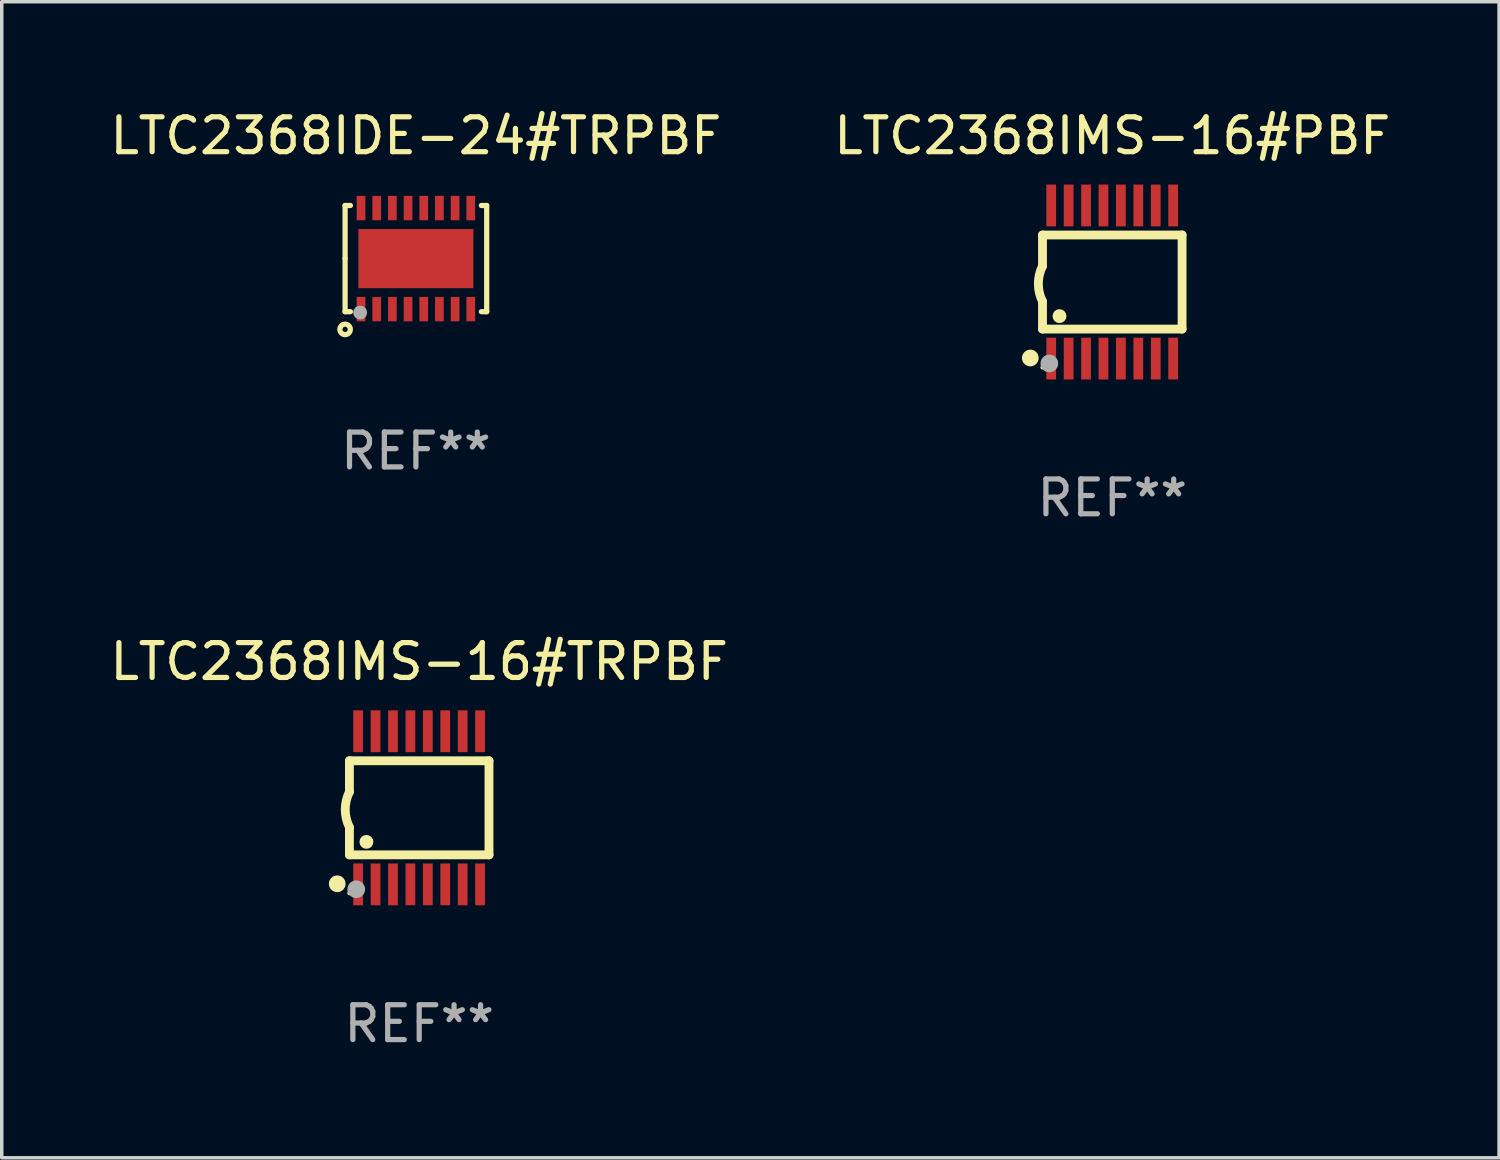
<source format=kicad_pcb>
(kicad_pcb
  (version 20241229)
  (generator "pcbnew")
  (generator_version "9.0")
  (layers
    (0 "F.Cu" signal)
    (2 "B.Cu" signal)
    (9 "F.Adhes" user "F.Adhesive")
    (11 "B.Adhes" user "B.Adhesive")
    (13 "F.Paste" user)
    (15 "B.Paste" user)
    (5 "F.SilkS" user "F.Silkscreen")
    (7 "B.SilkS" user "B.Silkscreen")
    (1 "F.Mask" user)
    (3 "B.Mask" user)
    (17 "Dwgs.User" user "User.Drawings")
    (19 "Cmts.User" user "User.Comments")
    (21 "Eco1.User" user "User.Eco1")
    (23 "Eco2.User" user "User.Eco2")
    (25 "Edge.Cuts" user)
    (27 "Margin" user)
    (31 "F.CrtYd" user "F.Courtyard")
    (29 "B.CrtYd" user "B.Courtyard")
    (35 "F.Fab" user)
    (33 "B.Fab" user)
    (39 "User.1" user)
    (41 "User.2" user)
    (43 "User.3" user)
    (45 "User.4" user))
  (footprint "LTC2368IMS-16#PBF"
    (layer "F.Cu")
    (at 28.875 5.045)
    (property "Reference" "LTC2368IMS-16#PBF" (at 0 -4.197 0) (layer "F.SilkS") (effects (font (size 1 1) (thickness 0.15))))
    (attr through_hole)
    (fp_line (start -2.003 -1.35) (end -2.003 -0.457) (stroke (width 0.254) (type solid)) (layer "F.SilkS"))
    (fp_line (start -2.003 -1.35) (end 2.003 -1.35) (stroke (width 0.254) (type solid)) (layer "F.SilkS"))
    (fp_line (start -2.003 1.35) (end -2.003 0.559) (stroke (width 0.254) (type solid)) (layer "F.SilkS"))
    (fp_line (start -2.003 1.35) (end 2.003 1.35) (stroke (width 0.254) (type solid)) (layer "F.SilkS"))
    (fp_line (start 2.003 -1.35) (end 2.003 1.35) (stroke (width 0.254) (type solid)) (layer "F.SilkS"))
    (fp_arc (start -2.002286 0.558802) (mid -2.122556 0.05092) (end -2.003302 -0.457201) (stroke (width 0.254001) (type solid)) (layer "F.SilkS"))
    (fp_circle (center -2.353 2.18) (end -2.233 2.18) (stroke (width 0.24) (type solid)) (fill no) (layer "F.SilkS"))
    (fp_circle (center -2.003 2.45) (end -1.973 2.45) (stroke (width 0.06) (type solid)) (fill no) (layer "F.SilkS"))
    (fp_circle (center -1.515 0.978) (end -1.415 0.978) (stroke (width 0.2) (type solid)) (fill no) (layer "F.SilkS"))
    (fp_circle (center -1.807 2.337) (end -1.68 2.337) (stroke (width 0.254) (type solid)) (fill no) (layer "F.Fab"))
    (fp_text user "REF**" (at 0 6.197 0) (layer "F.Fab") (effects (font (size 1 1) (thickness 0.15))))
    (pad "1" smd rect (at -1.753 2.197 90) (size 1.2 0.28) (layers "F.Cu" "F.Mask" "F.Paste"))
    (pad "2" smd rect (at -1.253 2.197 90) (size 1.2 0.28) (layers "F.Cu" "F.Mask" "F.Paste"))
    (pad "3" smd rect (at -0.753 2.197 90) (size 1.2 0.28) (layers "F.Cu" "F.Mask" "F.Paste"))
    (pad "4" smd rect (at -0.253 2.197 90) (size 1.2 0.28) (layers "F.Cu" "F.Mask" "F.Paste"))
    (pad "5" smd rect (at 0.247 2.197 90) (size 1.2 0.28) (layers "F.Cu" "F.Mask" "F.Paste"))
    (pad "6" smd rect (at 0.747 2.197 90) (size 1.2 0.28) (layers "F.Cu" "F.Mask" "F.Paste"))
    (pad "7" smd rect (at 1.247 2.197 90) (size 1.2 0.28) (layers "F.Cu" "F.Mask" "F.Paste"))
    (pad "8" smd rect (at 1.747 2.197 90) (size 1.2 0.28) (layers "F.Cu" "F.Mask" "F.Paste"))
    (pad "9" smd rect (at 1.747 -2.197 90) (size 1.2 0.28) (layers "F.Cu" "F.Mask" "F.Paste"))
    (pad "10" smd rect (at 1.247 -2.197 90) (size 1.2 0.28) (layers "F.Cu" "F.Mask" "F.Paste"))
    (pad "11" smd rect (at 0.747 -2.197 90) (size 1.2 0.28) (layers "F.Cu" "F.Mask" "F.Paste"))
    (pad "12" smd rect (at 0.247 -2.197 90) (size 1.2 0.28) (layers "F.Cu" "F.Mask" "F.Paste"))
    (pad "13" smd rect (at -0.253 -2.197 90) (size 1.2 0.28) (layers "F.Cu" "F.Mask" "F.Paste"))
    (pad "14" smd rect (at -0.753 -2.197 90) (size 1.2 0.28) (layers "F.Cu" "F.Mask" "F.Paste"))
    (pad "15" smd rect (at -1.253 -2.197 90) (size 1.2 0.28) (layers "F.Cu" "F.Mask" "F.Paste"))
    (pad "16" smd rect (at -1.753 -2.197 90) (size 1.2 0.28) (layers "F.Cu" "F.Mask" "F.Paste")))
  (footprint "LTC2368IMS-16#TRPBF"
    (layer "F.Cu")
    (at 8.982 20.136)
    (property "Reference" "LTC2368IMS-16#TRPBF" (at 0 -4.197 0) (layer "F.SilkS") (effects (font (size 1 1) (thickness 0.15))))
    (attr through_hole)
    (fp_line (start -2.003 -1.35) (end -2.003 -0.457) (stroke (width 0.254) (type solid)) (layer "F.SilkS"))
    (fp_line (start -2.003 -1.35) (end 2.003 -1.35) (stroke (width 0.254) (type solid)) (layer "F.SilkS"))
    (fp_line (start -2.003 1.35) (end -2.003 0.559) (stroke (width 0.254) (type solid)) (layer "F.SilkS"))
    (fp_line (start -2.003 1.35) (end 2.003 1.35) (stroke (width 0.254) (type solid)) (layer "F.SilkS"))
    (fp_line (start 2.003 -1.35) (end 2.003 1.35) (stroke (width 0.254) (type solid)) (layer "F.SilkS"))
    (fp_arc (start -2.002286 0.558802) (mid -2.122556 0.05092) (end -2.003302 -0.457201) (stroke (width 0.254001) (type solid)) (layer "F.SilkS"))
    (fp_circle (center -2.353 2.18) (end -2.233 2.18) (stroke (width 0.24) (type solid)) (fill no) (layer "F.SilkS"))
    (fp_circle (center -2.003 2.45) (end -1.973 2.45) (stroke (width 0.06) (type solid)) (fill no) (layer "F.SilkS"))
    (fp_circle (center -1.515 0.978) (end -1.415 0.978) (stroke (width 0.2) (type solid)) (fill no) (layer "F.SilkS"))
    (fp_circle (center -1.807 2.337) (end -1.68 2.337) (stroke (width 0.254) (type solid)) (fill no) (layer "F.Fab"))
    (fp_text user "REF**" (at 0 6.197 0) (layer "F.Fab") (effects (font (size 1 1) (thickness 0.15))))
    (pad "1" smd rect (at -1.753 2.197 90) (size 1.2 0.28) (layers "F.Cu" "F.Mask" "F.Paste"))
    (pad "2" smd rect (at -1.253 2.197 90) (size 1.2 0.28) (layers "F.Cu" "F.Mask" "F.Paste"))
    (pad "3" smd rect (at -0.753 2.197 90) (size 1.2 0.28) (layers "F.Cu" "F.Mask" "F.Paste"))
    (pad "4" smd rect (at -0.253 2.197 90) (size 1.2 0.28) (layers "F.Cu" "F.Mask" "F.Paste"))
    (pad "5" smd rect (at 0.247 2.197 90) (size 1.2 0.28) (layers "F.Cu" "F.Mask" "F.Paste"))
    (pad "6" smd rect (at 0.747 2.197 90) (size 1.2 0.28) (layers "F.Cu" "F.Mask" "F.Paste"))
    (pad "7" smd rect (at 1.247 2.197 90) (size 1.2 0.28) (layers "F.Cu" "F.Mask" "F.Paste"))
    (pad "8" smd rect (at 1.747 2.197 90) (size 1.2 0.28) (layers "F.Cu" "F.Mask" "F.Paste"))
    (pad "9" smd rect (at 1.747 -2.197 90) (size 1.2 0.28) (layers "F.Cu" "F.Mask" "F.Paste"))
    (pad "10" smd rect (at 1.247 -2.197 90) (size 1.2 0.28) (layers "F.Cu" "F.Mask" "F.Paste"))
    (pad "11" smd rect (at 0.747 -2.197 90) (size 1.2 0.28) (layers "F.Cu" "F.Mask" "F.Paste"))
    (pad "12" smd rect (at 0.247 -2.197 90) (size 1.2 0.28) (layers "F.Cu" "F.Mask" "F.Paste"))
    (pad "13" smd rect (at -0.253 -2.197 90) (size 1.2 0.28) (layers "F.Cu" "F.Mask" "F.Paste"))
    (pad "14" smd rect (at -0.753 -2.197 90) (size 1.2 0.28) (layers "F.Cu" "F.Mask" "F.Paste"))
    (pad "15" smd rect (at -1.253 -2.197 90) (size 1.2 0.28) (layers "F.Cu" "F.Mask" "F.Paste"))
    (pad "16" smd rect (at -1.753 -2.197 90) (size 1.2 0.28) (layers "F.Cu" "F.Mask" "F.Paste")))
  (footprint "LTC2368IDE-24#TRPBF"
    (layer "F.Cu")
    (at 8.887 4.372)
    (property "Reference" "LTC2368IDE-24#TRPBF" (at 0 -3.524 0) (layer "F.SilkS") (effects (font (size 1 1) (thickness 0.15))))
    (attr through_hole)
    (fp_line (start -2.032 -1.524) (end -1.879 -1.524) (stroke (width 0.15) (type solid)) (layer "F.SilkS"))
    (fp_line (start -2.032 0) (end -2.032 -1.524) (stroke (width 0.15) (type solid)) (layer "F.SilkS"))
    (fp_line (start -2.032 1.524) (end -2.032 0) (stroke (width 0.15) (type solid)) (layer "F.SilkS"))
    (fp_line (start -1.879 1.524) (end -2.032 1.524) (stroke (width 0.15) (type solid)) (layer "F.SilkS"))
    (fp_line (start 1.879 -1.524) (end 2.032 -1.524) (stroke (width 0.15) (type solid)) (layer "F.SilkS"))
    (fp_line (start 2.032 -1.524) (end 2.032 1.524) (stroke (width 0.15) (type solid)) (layer "F.SilkS"))
    (fp_line (start 2.032 1.524) (end 1.879 1.524) (stroke (width 0.15) (type solid)) (layer "F.SilkS"))
    (fp_circle (center -2.032 2.032) (end -1.882 2.032) (stroke (width 0.15) (type solid)) (fill no) (layer "F.SilkS"))
    (fp_circle (center -2 1.5) (end -1.97 1.5) (stroke (width 0.06) (type solid)) (fill no) (layer "F.SilkS"))
    (fp_circle (center -1.6 1.55) (end -1.5 1.55) (stroke (width 0.2) (type solid)) (fill no) (layer "F.Fab"))
    (fp_text user "REF**" (at 0 5.524 0) (layer "F.Fab") (effects (font (size 1 1) (thickness 0.15))))
    (pad "1" smd rect (at -1.575 1.45 90) (size 0.7 0.25) (layers "F.Cu" "F.Mask" "F.Paste"))
    (pad "2" smd rect (at -1.125 1.45 90) (size 0.7 0.25) (layers "F.Cu" "F.Mask" "F.Paste"))
    (pad "3" smd rect (at -0.675 1.45 90) (size 0.7 0.25) (layers "F.Cu" "F.Mask" "F.Paste"))
    (pad "4" smd rect (at -0.225 1.45 90) (size 0.7 0.25) (layers "F.Cu" "F.Mask" "F.Paste"))
    (pad "5" smd rect (at 0.225 1.45 90) (size 0.7 0.25) (layers "F.Cu" "F.Mask" "F.Paste"))
    (pad "6" smd rect (at 0.675 1.45 90) (size 0.7 0.25) (layers "F.Cu" "F.Mask" "F.Paste"))
    (pad "7" smd rect (at 1.125 1.45 90) (size 0.7 0.25) (layers "F.Cu" "F.Mask" "F.Paste"))
    (pad "8" smd rect (at 1.575 1.45 90) (size 0.7 0.25) (layers "F.Cu" "F.Mask" "F.Paste"))
    (pad "9" smd rect (at 1.575 -1.45 90) (size 0.7 0.25) (layers "F.Cu" "F.Mask" "F.Paste"))
    (pad "10" smd rect (at 1.125 -1.45 90) (size 0.7 0.25) (layers "F.Cu" "F.Mask" "F.Paste"))
    (pad "11" smd rect (at 0.675 -1.45 90) (size 0.7 0.25) (layers "F.Cu" "F.Mask" "F.Paste"))
    (pad "12" smd rect (at 0.225 -1.45 90) (size 0.7 0.25) (layers "F.Cu" "F.Mask" "F.Paste"))
    (pad "13" smd rect (at -0.225 -1.45 90) (size 0.7 0.25) (layers "F.Cu" "F.Mask" "F.Paste"))
    (pad "14" smd rect (at -0.675 -1.45 90) (size 0.7 0.25) (layers "F.Cu" "F.Mask" "F.Paste"))
    (pad "15" smd rect (at -1.125 -1.45 90) (size 0.7 0.25) (layers "F.Cu" "F.Mask" "F.Paste"))
    (pad "16" smd rect (at -1.575 -1.45 90) (size 0.7 0.25) (layers "F.Cu" "F.Mask" "F.Paste"))
    (pad "17" smd rect (at 0.000127 0 90) (size 1.7 3.3) (layers "F.Cu" "F.Mask" "F.Paste")))
  (gr_rect
    (start -3 -3)
    (end 39.976 30.181)
    (stroke (width 0.1) (type default))
    (fill no)
    (layer "Edge.Cuts")))
</source>
